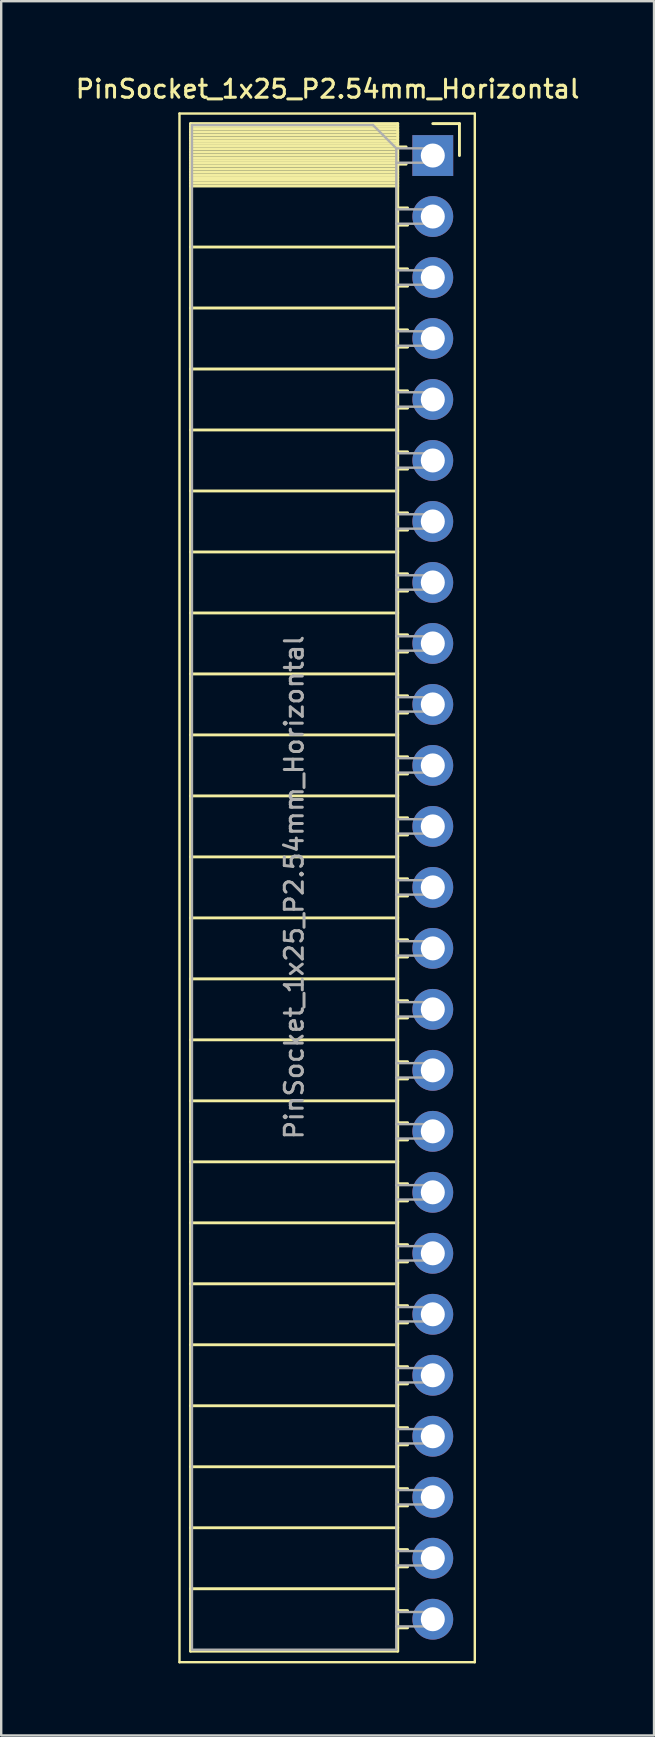
<source format=kicad_pcb>
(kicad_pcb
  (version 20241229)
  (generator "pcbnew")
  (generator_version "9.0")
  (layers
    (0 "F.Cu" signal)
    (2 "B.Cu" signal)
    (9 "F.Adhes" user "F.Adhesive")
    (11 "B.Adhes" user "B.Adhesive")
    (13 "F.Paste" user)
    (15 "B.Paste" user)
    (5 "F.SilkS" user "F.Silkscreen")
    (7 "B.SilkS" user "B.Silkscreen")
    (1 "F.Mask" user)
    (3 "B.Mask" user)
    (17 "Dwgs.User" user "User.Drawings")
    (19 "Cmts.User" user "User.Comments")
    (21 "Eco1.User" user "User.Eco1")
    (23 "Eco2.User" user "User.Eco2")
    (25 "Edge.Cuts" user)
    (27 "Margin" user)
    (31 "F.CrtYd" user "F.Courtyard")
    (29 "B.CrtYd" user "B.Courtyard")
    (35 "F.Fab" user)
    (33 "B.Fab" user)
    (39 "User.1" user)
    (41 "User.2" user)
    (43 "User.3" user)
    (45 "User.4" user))
  (footprint "PinSocket_1x25_P2.54mm_Horizontal"
    (layer "F.Cu")
    (at 14.975 3.428)
    (property "Reference" "PinSocket_1x25_P2.54mm_Horizontal" (at -4.38 -2.77 0) (layer "F.SilkS") (effects (font (size 0.75 0.75) (thickness 0.125))))
    (attr through_hole)
    (fp_line (start -10.55 -1.75) (end -10.55 62.75) (stroke (width 0.1) (type solid)) (layer "F.SilkS"))
    (fp_line (start -10.55 62.75) (end 1.75 62.75) (stroke (width 0.1) (type solid)) (layer "F.SilkS"))
    (fp_line (start -10.09 -1.33) (end -10.09 62.29) (stroke (width 0.12) (type solid)) (layer "F.SilkS"))
    (fp_line (start -10.09 -1.33) (end -1.46 -1.33) (stroke (width 0.12) (type solid)) (layer "F.SilkS"))
    (fp_line (start -10.09 -1.21) (end -1.46 -1.21) (stroke (width 0.12) (type solid)) (layer "F.SilkS"))
    (fp_line (start -10.09 -1.092) (end -1.46 -1.092) (stroke (width 0.12) (type solid)) (layer "F.SilkS"))
    (fp_line (start -10.09 -0.974) (end -1.46 -0.974) (stroke (width 0.12) (type solid)) (layer "F.SilkS"))
    (fp_line (start -10.09 -0.856) (end -1.46 -0.856) (stroke (width 0.12) (type solid)) (layer "F.SilkS"))
    (fp_line (start -10.09 -0.738) (end -1.46 -0.738) (stroke (width 0.12) (type solid)) (layer "F.SilkS"))
    (fp_line (start -10.09 -0.62) (end -1.46 -0.62) (stroke (width 0.12) (type solid)) (layer "F.SilkS"))
    (fp_line (start -10.09 -0.501) (end -1.46 -0.501) (stroke (width 0.12) (type solid)) (layer "F.SilkS"))
    (fp_line (start -10.09 -0.383) (end -1.46 -0.383) (stroke (width 0.12) (type solid)) (layer "F.SilkS"))
    (fp_line (start -10.09 -0.265) (end -1.46 -0.265) (stroke (width 0.12) (type solid)) (layer "F.SilkS"))
    (fp_line (start -10.09 -0.147) (end -1.46 -0.147) (stroke (width 0.12) (type solid)) (layer "F.SilkS"))
    (fp_line (start -10.09 -0.029) (end -1.46 -0.029) (stroke (width 0.12) (type solid)) (layer "F.SilkS"))
    (fp_line (start -10.09 0.089) (end -1.46 0.089) (stroke (width 0.12) (type solid)) (layer "F.SilkS"))
    (fp_line (start -10.09 0.207) (end -1.46 0.207) (stroke (width 0.12) (type solid)) (layer "F.SilkS"))
    (fp_line (start -10.09 0.325) (end -1.46 0.325) (stroke (width 0.12) (type solid)) (layer "F.SilkS"))
    (fp_line (start -10.09 0.443) (end -1.46 0.443) (stroke (width 0.12) (type solid)) (layer "F.SilkS"))
    (fp_line (start -10.09 0.561) (end -1.46 0.561) (stroke (width 0.12) (type solid)) (layer "F.SilkS"))
    (fp_line (start -10.09 0.68) (end -1.46 0.68) (stroke (width 0.12) (type solid)) (layer "F.SilkS"))
    (fp_line (start -10.09 0.798) (end -1.46 0.798) (stroke (width 0.12) (type solid)) (layer "F.SilkS"))
    (fp_line (start -10.09 0.916) (end -1.46 0.916) (stroke (width 0.12) (type solid)) (layer "F.SilkS"))
    (fp_line (start -10.09 1.034) (end -1.46 1.034) (stroke (width 0.12) (type solid)) (layer "F.SilkS"))
    (fp_line (start -10.09 1.152) (end -1.46 1.152) (stroke (width 0.12) (type solid)) (layer "F.SilkS"))
    (fp_line (start -10.09 1.27) (end -1.46 1.27) (stroke (width 0.12) (type solid)) (layer "F.SilkS"))
    (fp_line (start -10.09 3.81) (end -1.46 3.81) (stroke (width 0.12) (type solid)) (layer "F.SilkS"))
    (fp_line (start -10.09 6.35) (end -1.46 6.35) (stroke (width 0.12) (type solid)) (layer "F.SilkS"))
    (fp_line (start -10.09 8.89) (end -1.46 8.89) (stroke (width 0.12) (type solid)) (layer "F.SilkS"))
    (fp_line (start -10.09 11.43) (end -1.46 11.43) (stroke (width 0.12) (type solid)) (layer "F.SilkS"))
    (fp_line (start -10.09 13.97) (end -1.46 13.97) (stroke (width 0.12) (type solid)) (layer "F.SilkS"))
    (fp_line (start -10.09 16.51) (end -1.46 16.51) (stroke (width 0.12) (type solid)) (layer "F.SilkS"))
    (fp_line (start -10.09 19.05) (end -1.46 19.05) (stroke (width 0.12) (type solid)) (layer "F.SilkS"))
    (fp_line (start -10.09 21.59) (end -1.46 21.59) (stroke (width 0.12) (type solid)) (layer "F.SilkS"))
    (fp_line (start -10.09 24.13) (end -1.46 24.13) (stroke (width 0.12) (type solid)) (layer "F.SilkS"))
    (fp_line (start -10.09 26.67) (end -1.46 26.67) (stroke (width 0.12) (type solid)) (layer "F.SilkS"))
    (fp_line (start -10.09 29.21) (end -1.46 29.21) (stroke (width 0.12) (type solid)) (layer "F.SilkS"))
    (fp_line (start -10.09 31.75) (end -1.46 31.75) (stroke (width 0.12) (type solid)) (layer "F.SilkS"))
    (fp_line (start -10.09 34.29) (end -1.46 34.29) (stroke (width 0.12) (type solid)) (layer "F.SilkS"))
    (fp_line (start -10.09 36.83) (end -1.46 36.83) (stroke (width 0.12) (type solid)) (layer "F.SilkS"))
    (fp_line (start -10.09 39.37) (end -1.46 39.37) (stroke (width 0.12) (type solid)) (layer "F.SilkS"))
    (fp_line (start -10.09 41.91) (end -1.46 41.91) (stroke (width 0.12) (type solid)) (layer "F.SilkS"))
    (fp_line (start -10.09 44.45) (end -1.46 44.45) (stroke (width 0.12) (type solid)) (layer "F.SilkS"))
    (fp_line (start -10.09 46.99) (end -1.46 46.99) (stroke (width 0.12) (type solid)) (layer "F.SilkS"))
    (fp_line (start -10.09 49.53) (end -1.46 49.53) (stroke (width 0.12) (type solid)) (layer "F.SilkS"))
    (fp_line (start -10.09 52.07) (end -1.46 52.07) (stroke (width 0.12) (type solid)) (layer "F.SilkS"))
    (fp_line (start -10.09 54.61) (end -1.46 54.61) (stroke (width 0.12) (type solid)) (layer "F.SilkS"))
    (fp_line (start -10.09 57.15) (end -1.46 57.15) (stroke (width 0.12) (type solid)) (layer "F.SilkS"))
    (fp_line (start -10.09 59.69) (end -1.46 59.69) (stroke (width 0.12) (type solid)) (layer "F.SilkS"))
    (fp_line (start -10.09 62.29) (end -1.46 62.29) (stroke (width 0.12) (type solid)) (layer "F.SilkS"))
    (fp_line (start -1.46 -1.33) (end -1.46 62.29) (stroke (width 0.12) (type solid)) (layer "F.SilkS"))
    (fp_line (start -1.46 -0.36) (end -1.11 -0.36) (stroke (width 0.12) (type solid)) (layer "F.SilkS"))
    (fp_line (start -1.46 0.36) (end -1.11 0.36) (stroke (width 0.12) (type solid)) (layer "F.SilkS"))
    (fp_line (start -1.46 2.18) (end -1.05 2.18) (stroke (width 0.12) (type solid)) (layer "F.SilkS"))
    (fp_line (start -1.46 2.9) (end -1.05 2.9) (stroke (width 0.12) (type solid)) (layer "F.SilkS"))
    (fp_line (start -1.46 4.72) (end -1.05 4.72) (stroke (width 0.12) (type solid)) (layer "F.SilkS"))
    (fp_line (start -1.46 5.44) (end -1.05 5.44) (stroke (width 0.12) (type solid)) (layer "F.SilkS"))
    (fp_line (start -1.46 7.26) (end -1.05 7.26) (stroke (width 0.12) (type solid)) (layer "F.SilkS"))
    (fp_line (start -1.46 7.98) (end -1.05 7.98) (stroke (width 0.12) (type solid)) (layer "F.SilkS"))
    (fp_line (start -1.46 9.8) (end -1.05 9.8) (stroke (width 0.12) (type solid)) (layer "F.SilkS"))
    (fp_line (start -1.46 10.52) (end -1.05 10.52) (stroke (width 0.12) (type solid)) (layer "F.SilkS"))
    (fp_line (start -1.46 12.34) (end -1.05 12.34) (stroke (width 0.12) (type solid)) (layer "F.SilkS"))
    (fp_line (start -1.46 13.06) (end -1.05 13.06) (stroke (width 0.12) (type solid)) (layer "F.SilkS"))
    (fp_line (start -1.46 14.88) (end -1.05 14.88) (stroke (width 0.12) (type solid)) (layer "F.SilkS"))
    (fp_line (start -1.46 15.6) (end -1.05 15.6) (stroke (width 0.12) (type solid)) (layer "F.SilkS"))
    (fp_line (start -1.46 17.42) (end -1.05 17.42) (stroke (width 0.12) (type solid)) (layer "F.SilkS"))
    (fp_line (start -1.46 18.14) (end -1.05 18.14) (stroke (width 0.12) (type solid)) (layer "F.SilkS"))
    (fp_line (start -1.46 19.96) (end -1.05 19.96) (stroke (width 0.12) (type solid)) (layer "F.SilkS"))
    (fp_line (start -1.46 20.68) (end -1.05 20.68) (stroke (width 0.12) (type solid)) (layer "F.SilkS"))
    (fp_line (start -1.46 22.5) (end -1.05 22.5) (stroke (width 0.12) (type solid)) (layer "F.SilkS"))
    (fp_line (start -1.46 23.22) (end -1.05 23.22) (stroke (width 0.12) (type solid)) (layer "F.SilkS"))
    (fp_line (start -1.46 25.04) (end -1.05 25.04) (stroke (width 0.12) (type solid)) (layer "F.SilkS"))
    (fp_line (start -1.46 25.76) (end -1.05 25.76) (stroke (width 0.12) (type solid)) (layer "F.SilkS"))
    (fp_line (start -1.46 27.58) (end -1.05 27.58) (stroke (width 0.12) (type solid)) (layer "F.SilkS"))
    (fp_line (start -1.46 28.3) (end -1.05 28.3) (stroke (width 0.12) (type solid)) (layer "F.SilkS"))
    (fp_line (start -1.46 30.12) (end -1.05 30.12) (stroke (width 0.12) (type solid)) (layer "F.SilkS"))
    (fp_line (start -1.46 30.84) (end -1.05 30.84) (stroke (width 0.12) (type solid)) (layer "F.SilkS"))
    (fp_line (start -1.46 32.66) (end -1.05 32.66) (stroke (width 0.12) (type solid)) (layer "F.SilkS"))
    (fp_line (start -1.46 33.38) (end -1.05 33.38) (stroke (width 0.12) (type solid)) (layer "F.SilkS"))
    (fp_line (start -1.46 35.2) (end -1.05 35.2) (stroke (width 0.12) (type solid)) (layer "F.SilkS"))
    (fp_line (start -1.46 35.92) (end -1.05 35.92) (stroke (width 0.12) (type solid)) (layer "F.SilkS"))
    (fp_line (start -1.46 37.74) (end -1.05 37.74) (stroke (width 0.12) (type solid)) (layer "F.SilkS"))
    (fp_line (start -1.46 38.46) (end -1.05 38.46) (stroke (width 0.12) (type solid)) (layer "F.SilkS"))
    (fp_line (start -1.46 40.28) (end -1.05 40.28) (stroke (width 0.12) (type solid)) (layer "F.SilkS"))
    (fp_line (start -1.46 41) (end -1.05 41) (stroke (width 0.12) (type solid)) (layer "F.SilkS"))
    (fp_line (start -1.46 42.82) (end -1.05 42.82) (stroke (width 0.12) (type solid)) (layer "F.SilkS"))
    (fp_line (start -1.46 43.54) (end -1.05 43.54) (stroke (width 0.12) (type solid)) (layer "F.SilkS"))
    (fp_line (start -1.46 45.36) (end -1.05 45.36) (stroke (width 0.12) (type solid)) (layer "F.SilkS"))
    (fp_line (start -1.46 46.08) (end -1.05 46.08) (stroke (width 0.12) (type solid)) (layer "F.SilkS"))
    (fp_line (start -1.46 47.9) (end -1.05 47.9) (stroke (width 0.12) (type solid)) (layer "F.SilkS"))
    (fp_line (start -1.46 48.62) (end -1.05 48.62) (stroke (width 0.12) (type solid)) (layer "F.SilkS"))
    (fp_line (start -1.46 50.44) (end -1.05 50.44) (stroke (width 0.12) (type solid)) (layer "F.SilkS"))
    (fp_line (start -1.46 51.16) (end -1.05 51.16) (stroke (width 0.12) (type solid)) (layer "F.SilkS"))
    (fp_line (start -1.46 52.98) (end -1.05 52.98) (stroke (width 0.12) (type solid)) (layer "F.SilkS"))
    (fp_line (start -1.46 53.7) (end -1.05 53.7) (stroke (width 0.12) (type solid)) (layer "F.SilkS"))
    (fp_line (start -1.46 55.52) (end -1.05 55.52) (stroke (width 0.12) (type solid)) (layer "F.SilkS"))
    (fp_line (start -1.46 56.24) (end -1.05 56.24) (stroke (width 0.12) (type solid)) (layer "F.SilkS"))
    (fp_line (start -1.46 58.06) (end -1.05 58.06) (stroke (width 0.12) (type solid)) (layer "F.SilkS"))
    (fp_line (start -1.46 58.78) (end -1.05 58.78) (stroke (width 0.12) (type solid)) (layer "F.SilkS"))
    (fp_line (start -1.46 60.6) (end -1.05 60.6) (stroke (width 0.12) (type solid)) (layer "F.SilkS"))
    (fp_line (start -1.46 61.32) (end -1.05 61.32) (stroke (width 0.12) (type solid)) (layer "F.SilkS"))
    (fp_line (start 0 -1.33) (end 1.11 -1.33) (stroke (width 0.12) (type solid)) (layer "F.SilkS"))
    (fp_line (start 1.11 -1.33) (end 1.11 0) (stroke (width 0.12) (type solid)) (layer "F.SilkS"))
    (fp_line (start 1.75 -1.75) (end -10.55 -1.75) (stroke (width 0.1) (type solid)) (layer "F.SilkS"))
    (fp_line (start 1.75 62.75) (end 1.75 -1.75) (stroke (width 0.1) (type solid)) (layer "F.SilkS"))
    (fp_line (start -10.03 -1.27) (end -2.49 -1.27) (stroke (width 0.1) (type solid)) (layer "F.Fab"))
    (fp_line (start -10.03 62.23) (end -10.03 -1.27) (stroke (width 0.1) (type solid)) (layer "F.Fab"))
    (fp_line (start -2.49 -1.27) (end -1.52 -0.3) (stroke (width 0.1) (type solid)) (layer "F.Fab"))
    (fp_line (start -1.52 -0.3) (end -1.52 62.23) (stroke (width 0.1) (type solid)) (layer "F.Fab"))
    (fp_line (start -1.52 0.3) (end 0 0.3) (stroke (width 0.1) (type solid)) (layer "F.Fab"))
    (fp_line (start -1.52 2.84) (end 0 2.84) (stroke (width 0.1) (type solid)) (layer "F.Fab"))
    (fp_line (start -1.52 5.38) (end 0 5.38) (stroke (width 0.1) (type solid)) (layer "F.Fab"))
    (fp_line (start -1.52 7.92) (end 0 7.92) (stroke (width 0.1) (type solid)) (layer "F.Fab"))
    (fp_line (start -1.52 10.46) (end 0 10.46) (stroke (width 0.1) (type solid)) (layer "F.Fab"))
    (fp_line (start -1.52 13) (end 0 13) (stroke (width 0.1) (type solid)) (layer "F.Fab"))
    (fp_line (start -1.52 15.54) (end 0 15.54) (stroke (width 0.1) (type solid)) (layer "F.Fab"))
    (fp_line (start -1.52 18.08) (end 0 18.08) (stroke (width 0.1) (type solid)) (layer "F.Fab"))
    (fp_line (start -1.52 20.62) (end 0 20.62) (stroke (width 0.1) (type solid)) (layer "F.Fab"))
    (fp_line (start -1.52 23.16) (end 0 23.16) (stroke (width 0.1) (type solid)) (layer "F.Fab"))
    (fp_line (start -1.52 25.7) (end 0 25.7) (stroke (width 0.1) (type solid)) (layer "F.Fab"))
    (fp_line (start -1.52 28.24) (end 0 28.24) (stroke (width 0.1) (type solid)) (layer "F.Fab"))
    (fp_line (start -1.52 30.78) (end 0 30.78) (stroke (width 0.1) (type solid)) (layer "F.Fab"))
    (fp_line (start -1.52 33.32) (end 0 33.32) (stroke (width 0.1) (type solid)) (layer "F.Fab"))
    (fp_line (start -1.52 35.86) (end 0 35.86) (stroke (width 0.1) (type solid)) (layer "F.Fab"))
    (fp_line (start -1.52 38.4) (end 0 38.4) (stroke (width 0.1) (type solid)) (layer "F.Fab"))
    (fp_line (start -1.52 40.94) (end 0 40.94) (stroke (width 0.1) (type solid)) (layer "F.Fab"))
    (fp_line (start -1.52 43.48) (end 0 43.48) (stroke (width 0.1) (type solid)) (layer "F.Fab"))
    (fp_line (start -1.52 46.02) (end 0 46.02) (stroke (width 0.1) (type solid)) (layer "F.Fab"))
    (fp_line (start -1.52 48.56) (end 0 48.56) (stroke (width 0.1) (type solid)) (layer "F.Fab"))
    (fp_line (start -1.52 51.1) (end 0 51.1) (stroke (width 0.1) (type solid)) (layer "F.Fab"))
    (fp_line (start -1.52 53.64) (end 0 53.64) (stroke (width 0.1) (type solid)) (layer "F.Fab"))
    (fp_line (start -1.52 56.18) (end 0 56.18) (stroke (width 0.1) (type solid)) (layer "F.Fab"))
    (fp_line (start -1.52 58.72) (end 0 58.72) (stroke (width 0.1) (type solid)) (layer "F.Fab"))
    (fp_line (start -1.52 61.26) (end 0 61.26) (stroke (width 0.1) (type solid)) (layer "F.Fab"))
    (fp_line (start -1.52 62.23) (end -10.03 62.23) (stroke (width 0.1) (type solid)) (layer "F.Fab"))
    (fp_line (start 0 -0.3) (end -1.52 -0.3) (stroke (width 0.1) (type solid)) (layer "F.Fab"))
    (fp_line (start 0 0.3) (end 0 -0.3) (stroke (width 0.1) (type solid)) (layer "F.Fab"))
    (fp_line (start 0 2.24) (end -1.52 2.24) (stroke (width 0.1) (type solid)) (layer "F.Fab"))
    (fp_line (start 0 2.84) (end 0 2.24) (stroke (width 0.1) (type solid)) (layer "F.Fab"))
    (fp_line (start 0 4.78) (end -1.52 4.78) (stroke (width 0.1) (type solid)) (layer "F.Fab"))
    (fp_line (start 0 5.38) (end 0 4.78) (stroke (width 0.1) (type solid)) (layer "F.Fab"))
    (fp_line (start 0 7.32) (end -1.52 7.32) (stroke (width 0.1) (type solid)) (layer "F.Fab"))
    (fp_line (start 0 7.92) (end 0 7.32) (stroke (width 0.1) (type solid)) (layer "F.Fab"))
    (fp_line (start 0 9.86) (end -1.52 9.86) (stroke (width 0.1) (type solid)) (layer "F.Fab"))
    (fp_line (start 0 10.46) (end 0 9.86) (stroke (width 0.1) (type solid)) (layer "F.Fab"))
    (fp_line (start 0 12.4) (end -1.52 12.4) (stroke (width 0.1) (type solid)) (layer "F.Fab"))
    (fp_line (start 0 13) (end 0 12.4) (stroke (width 0.1) (type solid)) (layer "F.Fab"))
    (fp_line (start 0 14.94) (end -1.52 14.94) (stroke (width 0.1) (type solid)) (layer "F.Fab"))
    (fp_line (start 0 15.54) (end 0 14.94) (stroke (width 0.1) (type solid)) (layer "F.Fab"))
    (fp_line (start 0 17.48) (end -1.52 17.48) (stroke (width 0.1) (type solid)) (layer "F.Fab"))
    (fp_line (start 0 18.08) (end 0 17.48) (stroke (width 0.1) (type solid)) (layer "F.Fab"))
    (fp_line (start 0 20.02) (end -1.52 20.02) (stroke (width 0.1) (type solid)) (layer "F.Fab"))
    (fp_line (start 0 20.62) (end 0 20.02) (stroke (width 0.1) (type solid)) (layer "F.Fab"))
    (fp_line (start 0 22.56) (end -1.52 22.56) (stroke (width 0.1) (type solid)) (layer "F.Fab"))
    (fp_line (start 0 23.16) (end 0 22.56) (stroke (width 0.1) (type solid)) (layer "F.Fab"))
    (fp_line (start 0 25.1) (end -1.52 25.1) (stroke (width 0.1) (type solid)) (layer "F.Fab"))
    (fp_line (start 0 25.7) (end 0 25.1) (stroke (width 0.1) (type solid)) (layer "F.Fab"))
    (fp_line (start 0 27.64) (end -1.52 27.64) (stroke (width 0.1) (type solid)) (layer "F.Fab"))
    (fp_line (start 0 28.24) (end 0 27.64) (stroke (width 0.1) (type solid)) (layer "F.Fab"))
    (fp_line (start 0 30.18) (end -1.52 30.18) (stroke (width 0.1) (type solid)) (layer "F.Fab"))
    (fp_line (start 0 30.78) (end 0 30.18) (stroke (width 0.1) (type solid)) (layer "F.Fab"))
    (fp_line (start 0 32.72) (end -1.52 32.72) (stroke (width 0.1) (type solid)) (layer "F.Fab"))
    (fp_line (start 0 33.32) (end 0 32.72) (stroke (width 0.1) (type solid)) (layer "F.Fab"))
    (fp_line (start 0 35.26) (end -1.52 35.26) (stroke (width 0.1) (type solid)) (layer "F.Fab"))
    (fp_line (start 0 35.86) (end 0 35.26) (stroke (width 0.1) (type solid)) (layer "F.Fab"))
    (fp_line (start 0 37.8) (end -1.52 37.8) (stroke (width 0.1) (type solid)) (layer "F.Fab"))
    (fp_line (start 0 38.4) (end 0 37.8) (stroke (width 0.1) (type solid)) (layer "F.Fab"))
    (fp_line (start 0 40.34) (end -1.52 40.34) (stroke (width 0.1) (type solid)) (layer "F.Fab"))
    (fp_line (start 0 40.94) (end 0 40.34) (stroke (width 0.1) (type solid)) (layer "F.Fab"))
    (fp_line (start 0 42.88) (end -1.52 42.88) (stroke (width 0.1) (type solid)) (layer "F.Fab"))
    (fp_line (start 0 43.48) (end 0 42.88) (stroke (width 0.1) (type solid)) (layer "F.Fab"))
    (fp_line (start 0 45.42) (end -1.52 45.42) (stroke (width 0.1) (type solid)) (layer "F.Fab"))
    (fp_line (start 0 46.02) (end 0 45.42) (stroke (width 0.1) (type solid)) (layer "F.Fab"))
    (fp_line (start 0 47.96) (end -1.52 47.96) (stroke (width 0.1) (type solid)) (layer "F.Fab"))
    (fp_line (start 0 48.56) (end 0 47.96) (stroke (width 0.1) (type solid)) (layer "F.Fab"))
    (fp_line (start 0 50.5) (end -1.52 50.5) (stroke (width 0.1) (type solid)) (layer "F.Fab"))
    (fp_line (start 0 51.1) (end 0 50.5) (stroke (width 0.1) (type solid)) (layer "F.Fab"))
    (fp_line (start 0 53.04) (end -1.52 53.04) (stroke (width 0.1) (type solid)) (layer "F.Fab"))
    (fp_line (start 0 53.64) (end 0 53.04) (stroke (width 0.1) (type solid)) (layer "F.Fab"))
    (fp_line (start 0 55.58) (end -1.52 55.58) (stroke (width 0.1) (type solid)) (layer "F.Fab"))
    (fp_line (start 0 56.18) (end 0 55.58) (stroke (width 0.1) (type solid)) (layer "F.Fab"))
    (fp_line (start 0 58.12) (end -1.52 58.12) (stroke (width 0.1) (type solid)) (layer "F.Fab"))
    (fp_line (start 0 58.72) (end 0 58.12) (stroke (width 0.1) (type solid)) (layer "F.Fab"))
    (fp_line (start 0 60.66) (end -1.52 60.66) (stroke (width 0.1) (type solid)) (layer "F.Fab"))
    (fp_line (start 0 61.26) (end 0 60.66) (stroke (width 0.1) (type solid)) (layer "F.Fab"))
    (fp_text user "${REFERENCE}" (at -5.775 30.48 90) (layer "F.Fab") (effects (font (size 0.75 0.75) (thickness 0.125))))
    (pad "1" thru_hole rect (at 0 0) (size 1.7 1.7) (drill 1) (layers "*.Cu" "*.Mask"))
    (pad "2" thru_hole oval (at 0 2.54) (size 1.7 1.7) (drill 1) (layers "*.Cu" "*.Mask"))
    (pad "3" thru_hole oval (at 0 5.08) (size 1.7 1.7) (drill 1) (layers "*.Cu" "*.Mask"))
    (pad "4" thru_hole oval (at 0 7.62) (size 1.7 1.7) (drill 1) (layers "*.Cu" "*.Mask"))
    (pad "5" thru_hole oval (at 0 10.16) (size 1.7 1.7) (drill 1) (layers "*.Cu" "*.Mask"))
    (pad "6" thru_hole oval (at 0 12.7) (size 1.7 1.7) (drill 1) (layers "*.Cu" "*.Mask"))
    (pad "7" thru_hole oval (at 0 15.24) (size 1.7 1.7) (drill 1) (layers "*.Cu" "*.Mask"))
    (pad "8" thru_hole oval (at 0 17.78) (size 1.7 1.7) (drill 1) (layers "*.Cu" "*.Mask"))
    (pad "9" thru_hole oval (at 0 20.32) (size 1.7 1.7) (drill 1) (layers "*.Cu" "*.Mask"))
    (pad "10" thru_hole oval (at 0 22.86) (size 1.7 1.7) (drill 1) (layers "*.Cu" "*.Mask"))
    (pad "11" thru_hole oval (at 0 25.4) (size 1.7 1.7) (drill 1) (layers "*.Cu" "*.Mask"))
    (pad "12" thru_hole oval (at 0 27.94) (size 1.7 1.7) (drill 1) (layers "*.Cu" "*.Mask"))
    (pad "13" thru_hole oval (at 0 30.48) (size 1.7 1.7) (drill 1) (layers "*.Cu" "*.Mask"))
    (pad "14" thru_hole oval (at 0 33.02) (size 1.7 1.7) (drill 1) (layers "*.Cu" "*.Mask"))
    (pad "15" thru_hole oval (at 0 35.56) (size 1.7 1.7) (drill 1) (layers "*.Cu" "*.Mask"))
    (pad "16" thru_hole oval (at 0 38.1) (size 1.7 1.7) (drill 1) (layers "*.Cu" "*.Mask"))
    (pad "17" thru_hole oval (at 0 40.64) (size 1.7 1.7) (drill 1) (layers "*.Cu" "*.Mask"))
    (pad "18" thru_hole oval (at 0 43.18) (size 1.7 1.7) (drill 1) (layers "*.Cu" "*.Mask"))
    (pad "19" thru_hole oval (at 0 45.72) (size 1.7 1.7) (drill 1) (layers "*.Cu" "*.Mask"))
    (pad "20" thru_hole oval (at 0 48.26) (size 1.7 1.7) (drill 1) (layers "*.Cu" "*.Mask"))
    (pad "21" thru_hole oval (at 0 50.8) (size 1.7 1.7) (drill 1) (layers "*.Cu" "*.Mask"))
    (pad "22" thru_hole oval (at 0 53.34) (size 1.7 1.7) (drill 1) (layers "*.Cu" "*.Mask"))
    (pad "23" thru_hole oval (at 0 55.88) (size 1.7 1.7) (drill 1) (layers "*.Cu" "*.Mask"))
    (pad "24" thru_hole oval (at 0 58.42) (size 1.7 1.7) (drill 1) (layers "*.Cu" "*.Mask"))
    (pad "25" thru_hole oval (at 0 60.96) (size 1.7 1.7) (drill 1) (layers "*.Cu" "*.Mask")))
  (gr_rect
    (start -3 -3)
    (end 24.189 69.228)
    (stroke (width 0.1) (type default))
    (fill no)
    (layer "Edge.Cuts")))
</source>
